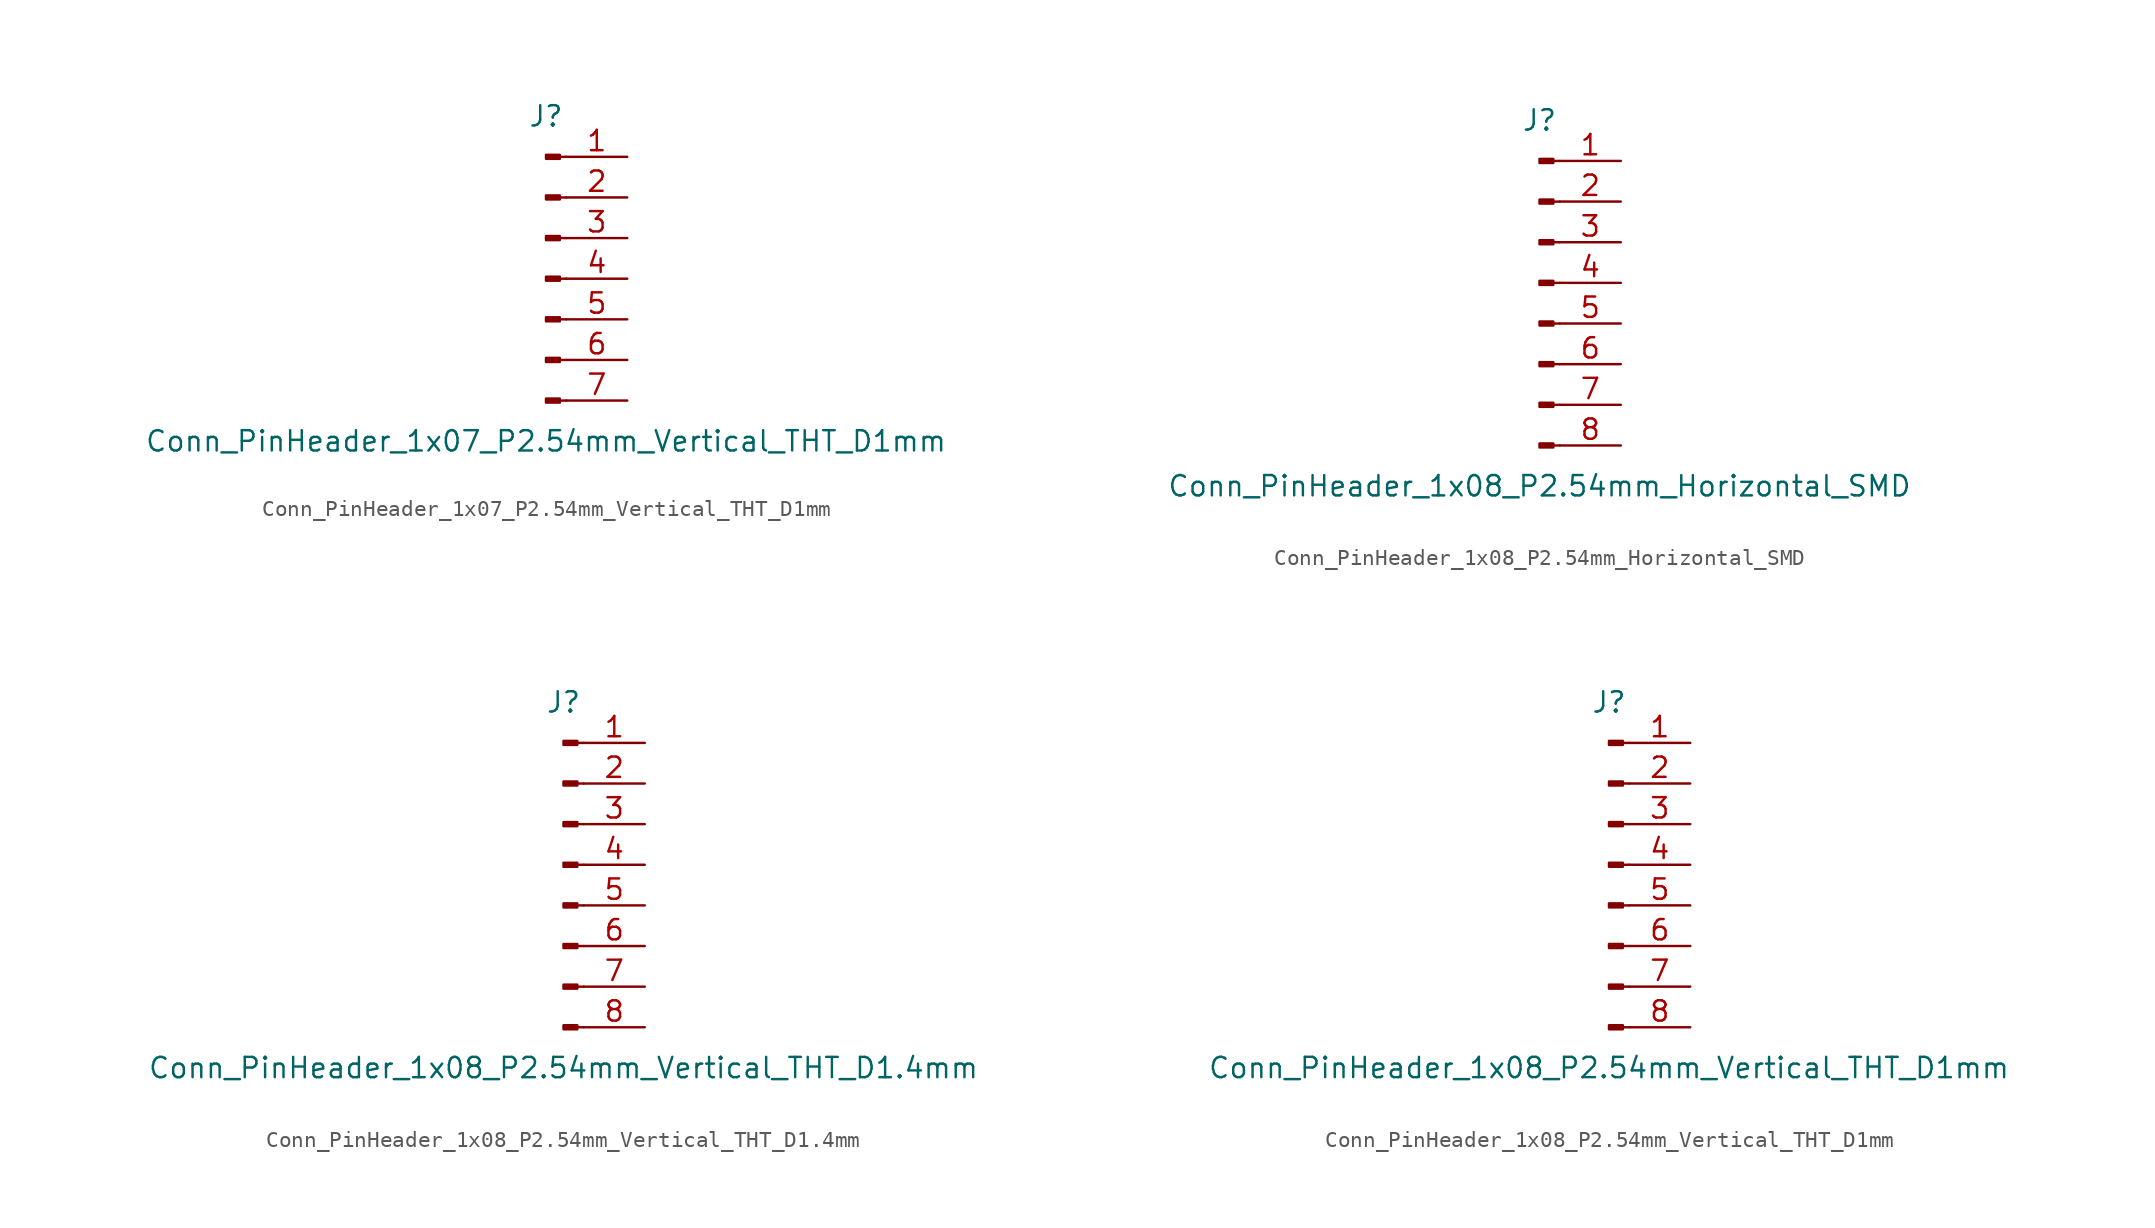
<source format=kicad_sym>
(kicad_symbol_lib
  (version 20211014)
  (generator kicad_symbol_editor)
  (symbol "Conn_PinHeader_1x07_P2.54mm_Vertical_THT_D1mm"
    (pin_names
      (offset 1.016) hide)
    (property "Reference" "J"
      (at 0 10.16 0)
      (effects (font (size 1.27 1.27))))
    (property "Value" "Conn_PinHeader_1x07_P2.54mm_Vertical_THT_D1mm"
      (at 0 -10.16 0)
      (effects (font (size 1.27 1.27))))
    (symbol "Conn_PinHeader_1x07_P2.54mm_Vertical_THT_D1mm_1_1"
      (polyline (pts (xy 1.27 -7.62) (xy 0.864 -7.62)) (stroke (width 0.152) (type default) (color 0 0 0 0)) (fill (type none)))
      (polyline (pts (xy 1.27 -5.08) (xy 0.864 -5.08)) (stroke (width 0.152) (type default) (color 0 0 0 0)) (fill (type none)))
      (polyline (pts (xy 1.27 -2.54) (xy 0.864 -2.54)) (stroke (width 0.152) (type default) (color 0 0 0 0)) (fill (type none)))
      (polyline (pts (xy 1.27 0) (xy 0.864 0)) (stroke (width 0.152) (type default) (color 0 0 0 0)) (fill (type none)))
      (polyline (pts (xy 1.27 2.54) (xy 0.864 2.54)) (stroke (width 0.152) (type default) (color 0 0 0 0)) (fill (type none)))
      (polyline (pts (xy 1.27 5.08) (xy 0.864 5.08)) (stroke (width 0.152) (type default) (color 0 0 0 0)) (fill (type none)))
      (polyline (pts (xy 1.27 7.62) (xy 0.864 7.62)) (stroke (width 0.152) (type default) (color 0 0 0 0)) (fill (type none)))
      (rectangle (start 0.864 -7.493) (end 0 -7.747) (stroke (width 0.152) (type default) (color 0 0 0 0)) (fill (type outline)))
      (rectangle (start 0.864 -4.953) (end 0 -5.207) (stroke (width 0.152) (type default) (color 0 0 0 0)) (fill (type outline)))
      (rectangle (start 0.864 -2.413) (end 0 -2.667) (stroke (width 0.152) (type default) (color 0 0 0 0)) (fill (type outline)))
      (rectangle (start 0.864 0.127) (end 0 -0.127) (stroke (width 0.152) (type default) (color 0 0 0 0)) (fill (type outline)))
      (rectangle (start 0.864 2.667) (end 0 2.413) (stroke (width 0.152) (type default) (color 0 0 0 0)) (fill (type outline)))
      (rectangle (start 0.864 5.207) (end 0 4.953) (stroke (width 0.152) (type default) (color 0 0 0 0)) (fill (type outline)))
      (rectangle (start 0.864 7.747) (end 0 7.493) (stroke (width 0.152) (type default) (color 0 0 0 0)) (fill (type outline)))
      (pin passive line (at 5.08 7.62 180) (length 3.81) (name "Pin_1" (effects (font (size 1.27 1.27)))) (number "1" (effects (font (size 1.27 1.27)))))
      (pin passive line (at 5.08 5.08 180) (length 3.81) (name "Pin_2" (effects (font (size 1.27 1.27)))) (number "2" (effects (font (size 1.27 1.27)))))
      (pin passive line (at 5.08 2.54 180) (length 3.81) (name "Pin_3" (effects (font (size 1.27 1.27)))) (number "3" (effects (font (size 1.27 1.27)))))
      (pin passive line (at 5.08 0 180) (length 3.81) (name "Pin_4" (effects (font (size 1.27 1.27)))) (number "4" (effects (font (size 1.27 1.27)))))
      (pin passive line (at 5.08 -2.54 180) (length 3.81) (name "Pin_5" (effects (font (size 1.27 1.27)))) (number "5" (effects (font (size 1.27 1.27)))))
      (pin passive line (at 5.08 -5.08 180) (length 3.81) (name "Pin_6" (effects (font (size 1.27 1.27)))) (number "6" (effects (font (size 1.27 1.27)))))
      (pin passive line (at 5.08 -7.62 180) (length 3.81) (name "Pin_7" (effects (font (size 1.27 1.27)))) (number "7" (effects (font (size 1.27 1.27)))))))
  (symbol "Conn_PinHeader_1x08_P2.54mm_Horizontal_SMD"
    (pin_names
      (offset 1.016) hide)
    (property "Reference" "J"
      (at 0 10.16 0)
      (effects (font (size 1.27 1.27))))
    (property "Value" "Conn_PinHeader_1x08_P2.54mm_Horizontal_SMD"
      (at 0 -12.7 0)
      (effects (font (size 1.27 1.27))))
    (symbol "Conn_PinHeader_1x08_P2.54mm_Horizontal_SMD_1_1"
      (polyline (pts (xy 1.27 -10.16) (xy 0.864 -10.16)) (stroke (width 0.152) (type default) (color 0 0 0 0)) (fill (type none)))
      (polyline (pts (xy 1.27 -7.62) (xy 0.864 -7.62)) (stroke (width 0.152) (type default) (color 0 0 0 0)) (fill (type none)))
      (polyline (pts (xy 1.27 -5.08) (xy 0.864 -5.08)) (stroke (width 0.152) (type default) (color 0 0 0 0)) (fill (type none)))
      (polyline (pts (xy 1.27 -2.54) (xy 0.864 -2.54)) (stroke (width 0.152) (type default) (color 0 0 0 0)) (fill (type none)))
      (polyline (pts (xy 1.27 0) (xy 0.864 0)) (stroke (width 0.152) (type default) (color 0 0 0 0)) (fill (type none)))
      (polyline (pts (xy 1.27 2.54) (xy 0.864 2.54)) (stroke (width 0.152) (type default) (color 0 0 0 0)) (fill (type none)))
      (polyline (pts (xy 1.27 5.08) (xy 0.864 5.08)) (stroke (width 0.152) (type default) (color 0 0 0 0)) (fill (type none)))
      (polyline (pts (xy 1.27 7.62) (xy 0.864 7.62)) (stroke (width 0.152) (type default) (color 0 0 0 0)) (fill (type none)))
      (rectangle (start 0.864 -10.033) (end 0 -10.287) (stroke (width 0.152) (type default) (color 0 0 0 0)) (fill (type outline)))
      (rectangle (start 0.864 -7.493) (end 0 -7.747) (stroke (width 0.152) (type default) (color 0 0 0 0)) (fill (type outline)))
      (rectangle (start 0.864 -4.953) (end 0 -5.207) (stroke (width 0.152) (type default) (color 0 0 0 0)) (fill (type outline)))
      (rectangle (start 0.864 -2.413) (end 0 -2.667) (stroke (width 0.152) (type default) (color 0 0 0 0)) (fill (type outline)))
      (rectangle (start 0.864 0.127) (end 0 -0.127) (stroke (width 0.152) (type default) (color 0 0 0 0)) (fill (type outline)))
      (rectangle (start 0.864 2.667) (end 0 2.413) (stroke (width 0.152) (type default) (color 0 0 0 0)) (fill (type outline)))
      (rectangle (start 0.864 5.207) (end 0 4.953) (stroke (width 0.152) (type default) (color 0 0 0 0)) (fill (type outline)))
      (rectangle (start 0.864 7.747) (end 0 7.493) (stroke (width 0.152) (type default) (color 0 0 0 0)) (fill (type outline)))
      (pin passive line (at 5.08 7.62 180) (length 3.81) (name "Pin_1" (effects (font (size 1.27 1.27)))) (number "1" (effects (font (size 1.27 1.27)))))
      (pin passive line (at 5.08 5.08 180) (length 3.81) (name "Pin_2" (effects (font (size 1.27 1.27)))) (number "2" (effects (font (size 1.27 1.27)))))
      (pin passive line (at 5.08 2.54 180) (length 3.81) (name "Pin_3" (effects (font (size 1.27 1.27)))) (number "3" (effects (font (size 1.27 1.27)))))
      (pin passive line (at 5.08 0 180) (length 3.81) (name "Pin_4" (effects (font (size 1.27 1.27)))) (number "4" (effects (font (size 1.27 1.27)))))
      (pin passive line (at 5.08 -2.54 180) (length 3.81) (name "Pin_5" (effects (font (size 1.27 1.27)))) (number "5" (effects (font (size 1.27 1.27)))))
      (pin passive line (at 5.08 -5.08 180) (length 3.81) (name "Pin_6" (effects (font (size 1.27 1.27)))) (number "6" (effects (font (size 1.27 1.27)))))
      (pin passive line (at 5.08 -7.62 180) (length 3.81) (name "Pin_7" (effects (font (size 1.27 1.27)))) (number "7" (effects (font (size 1.27 1.27)))))
      (pin passive line (at 5.08 -10.16 180) (length 3.81) (name "Pin_8" (effects (font (size 1.27 1.27)))) (number "8" (effects (font (size 1.27 1.27)))))))
  (symbol "Conn_PinHeader_1x08_P2.54mm_Vertical_THT_D1.4mm"
    (pin_names
      (offset 1.016) hide)
    (property "Reference" "J"
      (at 0 10.16 0)
      (effects (font (size 1.27 1.27))))
    (property "Value" "Conn_PinHeader_1x08_P2.54mm_Vertical_THT_D1.4mm"
      (at 0 -12.7 0)
      (effects (font (size 1.27 1.27))))
    (symbol "Conn_PinHeader_1x08_P2.54mm_Vertical_THT_D1.4mm_1_1"
      (polyline (pts (xy 1.27 -10.16) (xy 0.864 -10.16)) (stroke (width 0.152) (type default) (color 0 0 0 0)) (fill (type none)))
      (polyline (pts (xy 1.27 -7.62) (xy 0.864 -7.62)) (stroke (width 0.152) (type default) (color 0 0 0 0)) (fill (type none)))
      (polyline (pts (xy 1.27 -5.08) (xy 0.864 -5.08)) (stroke (width 0.152) (type default) (color 0 0 0 0)) (fill (type none)))
      (polyline (pts (xy 1.27 -2.54) (xy 0.864 -2.54)) (stroke (width 0.152) (type default) (color 0 0 0 0)) (fill (type none)))
      (polyline (pts (xy 1.27 0) (xy 0.864 0)) (stroke (width 0.152) (type default) (color 0 0 0 0)) (fill (type none)))
      (polyline (pts (xy 1.27 2.54) (xy 0.864 2.54)) (stroke (width 0.152) (type default) (color 0 0 0 0)) (fill (type none)))
      (polyline (pts (xy 1.27 5.08) (xy 0.864 5.08)) (stroke (width 0.152) (type default) (color 0 0 0 0)) (fill (type none)))
      (polyline (pts (xy 1.27 7.62) (xy 0.864 7.62)) (stroke (width 0.152) (type default) (color 0 0 0 0)) (fill (type none)))
      (rectangle (start 0.864 -10.033) (end 0 -10.287) (stroke (width 0.152) (type default) (color 0 0 0 0)) (fill (type outline)))
      (rectangle (start 0.864 -7.493) (end 0 -7.747) (stroke (width 0.152) (type default) (color 0 0 0 0)) (fill (type outline)))
      (rectangle (start 0.864 -4.953) (end 0 -5.207) (stroke (width 0.152) (type default) (color 0 0 0 0)) (fill (type outline)))
      (rectangle (start 0.864 -2.413) (end 0 -2.667) (stroke (width 0.152) (type default) (color 0 0 0 0)) (fill (type outline)))
      (rectangle (start 0.864 0.127) (end 0 -0.127) (stroke (width 0.152) (type default) (color 0 0 0 0)) (fill (type outline)))
      (rectangle (start 0.864 2.667) (end 0 2.413) (stroke (width 0.152) (type default) (color 0 0 0 0)) (fill (type outline)))
      (rectangle (start 0.864 5.207) (end 0 4.953) (stroke (width 0.152) (type default) (color 0 0 0 0)) (fill (type outline)))
      (rectangle (start 0.864 7.747) (end 0 7.493) (stroke (width 0.152) (type default) (color 0 0 0 0)) (fill (type outline)))
      (pin passive line (at 5.08 7.62 180) (length 3.81) (name "Pin_1" (effects (font (size 1.27 1.27)))) (number "1" (effects (font (size 1.27 1.27)))))
      (pin passive line (at 5.08 5.08 180) (length 3.81) (name "Pin_2" (effects (font (size 1.27 1.27)))) (number "2" (effects (font (size 1.27 1.27)))))
      (pin passive line (at 5.08 2.54 180) (length 3.81) (name "Pin_3" (effects (font (size 1.27 1.27)))) (number "3" (effects (font (size 1.27 1.27)))))
      (pin passive line (at 5.08 0 180) (length 3.81) (name "Pin_4" (effects (font (size 1.27 1.27)))) (number "4" (effects (font (size 1.27 1.27)))))
      (pin passive line (at 5.08 -2.54 180) (length 3.81) (name "Pin_5" (effects (font (size 1.27 1.27)))) (number "5" (effects (font (size 1.27 1.27)))))
      (pin passive line (at 5.08 -5.08 180) (length 3.81) (name "Pin_6" (effects (font (size 1.27 1.27)))) (number "6" (effects (font (size 1.27 1.27)))))
      (pin passive line (at 5.08 -7.62 180) (length 3.81) (name "Pin_7" (effects (font (size 1.27 1.27)))) (number "7" (effects (font (size 1.27 1.27)))))
      (pin passive line (at 5.08 -10.16 180) (length 3.81) (name "Pin_8" (effects (font (size 1.27 1.27)))) (number "8" (effects (font (size 1.27 1.27)))))))
  (symbol "Conn_PinHeader_1x08_P2.54mm_Vertical_THT_D1mm"
    (pin_names
      (offset 1.016) hide)
    (property "Reference" "J"
      (at 0 10.16 0)
      (effects (font (size 1.27 1.27))))
    (property "Value" "Conn_PinHeader_1x08_P2.54mm_Vertical_THT_D1mm"
      (at 0 -12.7 0)
      (effects (font (size 1.27 1.27))))
    (symbol "Conn_PinHeader_1x08_P2.54mm_Vertical_THT_D1mm_1_1"
      (polyline (pts (xy 1.27 -10.16) (xy 0.864 -10.16)) (stroke (width 0.152) (type default) (color 0 0 0 0)) (fill (type none)))
      (polyline (pts (xy 1.27 -7.62) (xy 0.864 -7.62)) (stroke (width 0.152) (type default) (color 0 0 0 0)) (fill (type none)))
      (polyline (pts (xy 1.27 -5.08) (xy 0.864 -5.08)) (stroke (width 0.152) (type default) (color 0 0 0 0)) (fill (type none)))
      (polyline (pts (xy 1.27 -2.54) (xy 0.864 -2.54)) (stroke (width 0.152) (type default) (color 0 0 0 0)) (fill (type none)))
      (polyline (pts (xy 1.27 0) (xy 0.864 0)) (stroke (width 0.152) (type default) (color 0 0 0 0)) (fill (type none)))
      (polyline (pts (xy 1.27 2.54) (xy 0.864 2.54)) (stroke (width 0.152) (type default) (color 0 0 0 0)) (fill (type none)))
      (polyline (pts (xy 1.27 5.08) (xy 0.864 5.08)) (stroke (width 0.152) (type default) (color 0 0 0 0)) (fill (type none)))
      (polyline (pts (xy 1.27 7.62) (xy 0.864 7.62)) (stroke (width 0.152) (type default) (color 0 0 0 0)) (fill (type none)))
      (rectangle (start 0.864 -10.033) (end 0 -10.287) (stroke (width 0.152) (type default) (color 0 0 0 0)) (fill (type outline)))
      (rectangle (start 0.864 -7.493) (end 0 -7.747) (stroke (width 0.152) (type default) (color 0 0 0 0)) (fill (type outline)))
      (rectangle (start 0.864 -4.953) (end 0 -5.207) (stroke (width 0.152) (type default) (color 0 0 0 0)) (fill (type outline)))
      (rectangle (start 0.864 -2.413) (end 0 -2.667) (stroke (width 0.152) (type default) (color 0 0 0 0)) (fill (type outline)))
      (rectangle (start 0.864 0.127) (end 0 -0.127) (stroke (width 0.152) (type default) (color 0 0 0 0)) (fill (type outline)))
      (rectangle (start 0.864 2.667) (end 0 2.413) (stroke (width 0.152) (type default) (color 0 0 0 0)) (fill (type outline)))
      (rectangle (start 0.864 5.207) (end 0 4.953) (stroke (width 0.152) (type default) (color 0 0 0 0)) (fill (type outline)))
      (rectangle (start 0.864 7.747) (end 0 7.493) (stroke (width 0.152) (type default) (color 0 0 0 0)) (fill (type outline)))
      (pin passive line (at 5.08 7.62 180) (length 3.81) (name "Pin_1" (effects (font (size 1.27 1.27)))) (number "1" (effects (font (size 1.27 1.27)))))
      (pin passive line (at 5.08 5.08 180) (length 3.81) (name "Pin_2" (effects (font (size 1.27 1.27)))) (number "2" (effects (font (size 1.27 1.27)))))
      (pin passive line (at 5.08 2.54 180) (length 3.81) (name "Pin_3" (effects (font (size 1.27 1.27)))) (number "3" (effects (font (size 1.27 1.27)))))
      (pin passive line (at 5.08 0 180) (length 3.81) (name "Pin_4" (effects (font (size 1.27 1.27)))) (number "4" (effects (font (size 1.27 1.27)))))
      (pin passive line (at 5.08 -2.54 180) (length 3.81) (name "Pin_5" (effects (font (size 1.27 1.27)))) (number "5" (effects (font (size 1.27 1.27)))))
      (pin passive line (at 5.08 -5.08 180) (length 3.81) (name "Pin_6" (effects (font (size 1.27 1.27)))) (number "6" (effects (font (size 1.27 1.27)))))
      (pin passive line (at 5.08 -7.62 180) (length 3.81) (name "Pin_7" (effects (font (size 1.27 1.27)))) (number "7" (effects (font (size 1.27 1.27)))))
      (pin passive line (at 5.08 -10.16 180) (length 3.81) (name "Pin_8" (effects (font (size 1.27 1.27)))) (number "8" (effects (font (size 1.27 1.27))))))))
</source>
